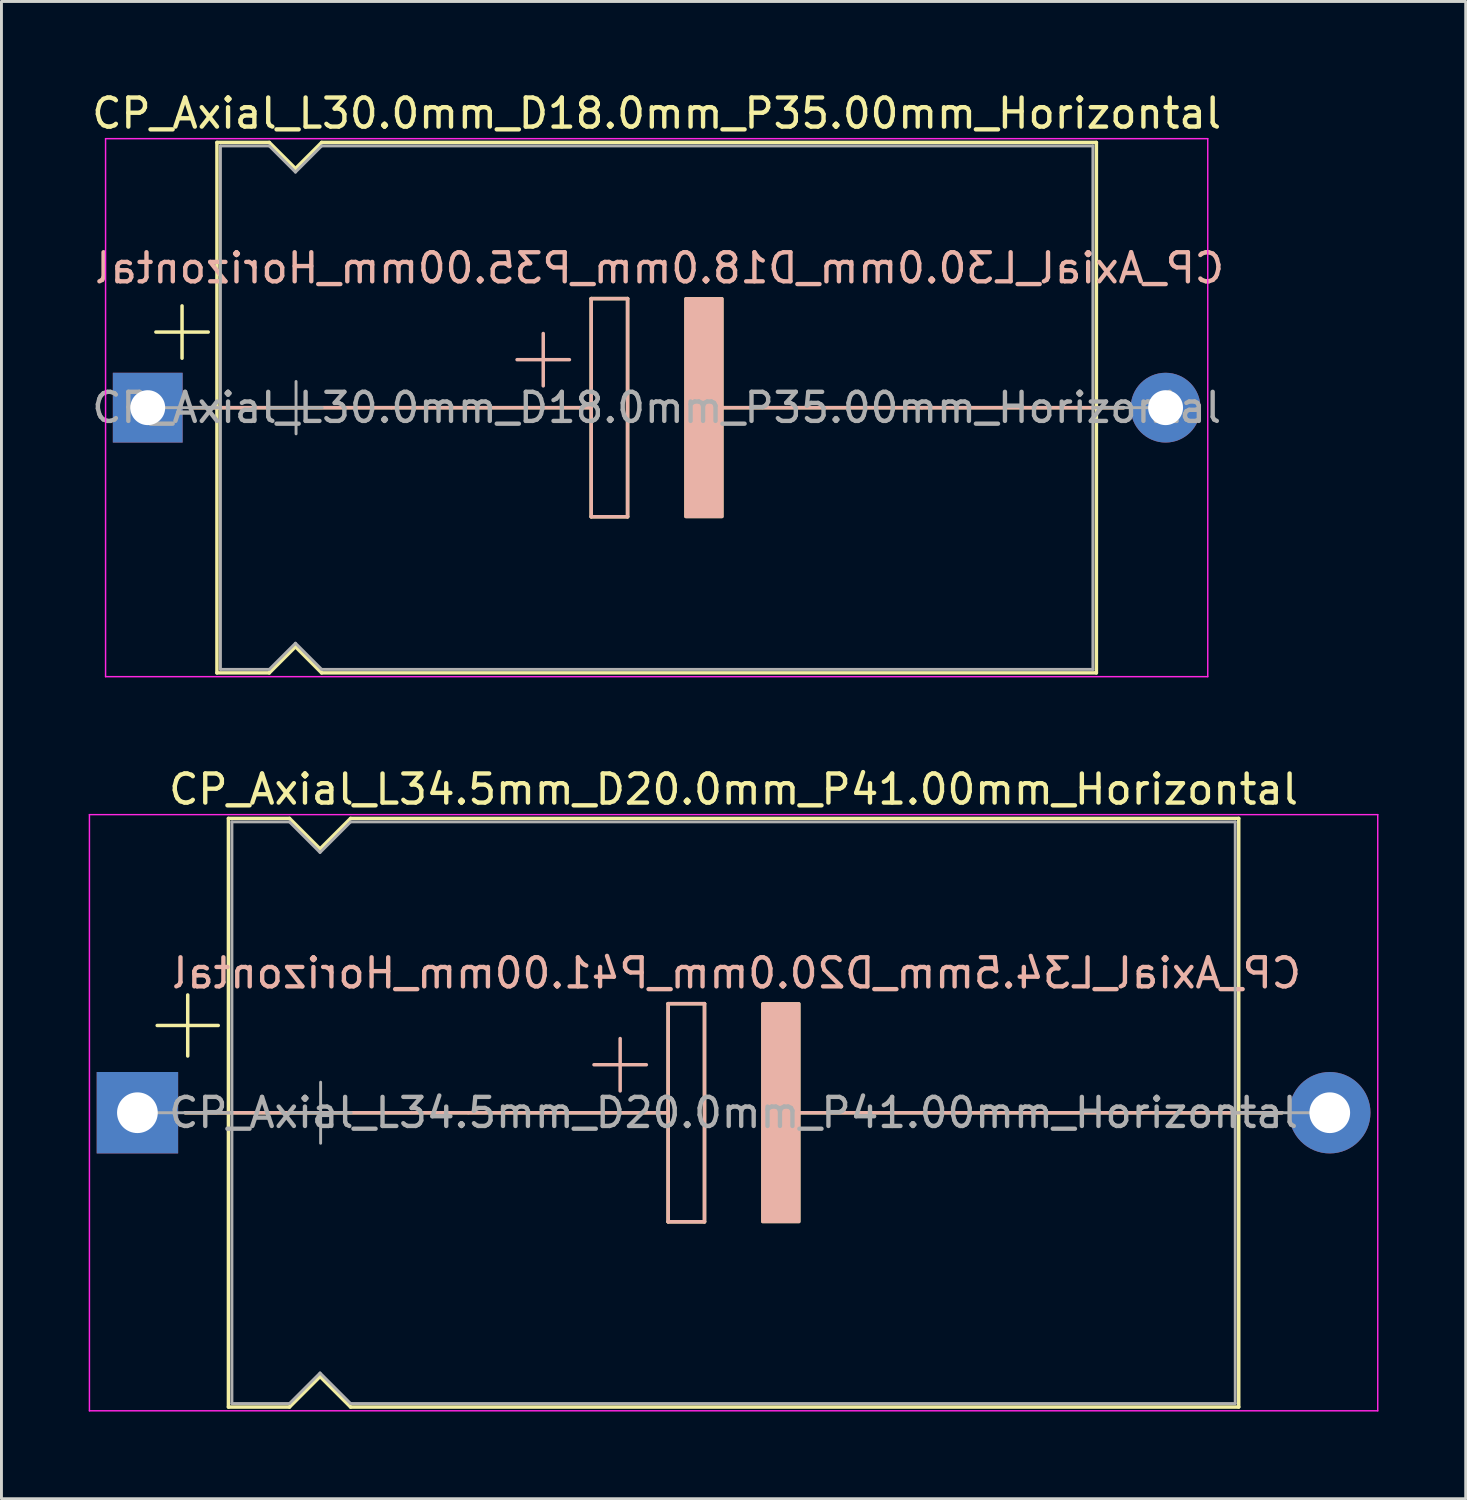
<source format=kicad_pcb>
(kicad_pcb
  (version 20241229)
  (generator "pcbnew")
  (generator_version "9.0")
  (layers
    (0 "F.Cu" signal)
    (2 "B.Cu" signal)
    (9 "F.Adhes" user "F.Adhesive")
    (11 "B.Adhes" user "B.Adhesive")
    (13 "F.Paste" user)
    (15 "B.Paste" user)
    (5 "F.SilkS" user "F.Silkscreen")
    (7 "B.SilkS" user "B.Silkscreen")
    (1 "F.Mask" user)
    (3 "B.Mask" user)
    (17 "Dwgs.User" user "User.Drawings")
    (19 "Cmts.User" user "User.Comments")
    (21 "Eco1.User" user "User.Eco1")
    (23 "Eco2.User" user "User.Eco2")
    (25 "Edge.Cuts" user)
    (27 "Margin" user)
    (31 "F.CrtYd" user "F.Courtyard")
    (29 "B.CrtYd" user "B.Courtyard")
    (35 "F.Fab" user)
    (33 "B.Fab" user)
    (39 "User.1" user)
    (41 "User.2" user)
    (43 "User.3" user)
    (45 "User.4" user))
  (footprint "CP_Axial_L34.5mm_D20.0mm_P41.00mm_Horizontal"
    (layer "F.Cu")
    (at 1.675 35.212)
    (property "Reference" "CP_Axial_L34.5mm_D20.0mm_P41.00mm_Horizontal" (at 20.5 -11.12 0) (layer "F.SilkS") (effects (font (size 1 1) (thickness 0.15))))
    (fp_line (start 0.68 -3) (end 2.78 -3) (stroke (width 0.12) (type solid)) (layer "F.SilkS"))
    (fp_line (start 1.64 0) (end 3.13 0) (stroke (width 0.12) (type solid)) (layer "F.SilkS"))
    (fp_line (start 1.73 -4.05) (end 1.73 -1.95) (stroke (width 0.12) (type solid)) (layer "F.SilkS"))
    (fp_line (start 3.111 0) (end 18.25 0) (stroke (width 0.12) (type solid)) (layer "F.SilkS"))
    (fp_line (start 3.13 -10.12) (end 3.13 10.12) (stroke (width 0.12) (type solid)) (layer "F.SilkS"))
    (fp_line (start 3.13 -10.12) (end 5.23 -10.12) (stroke (width 0.12) (type solid)) (layer "F.SilkS"))
    (fp_line (start 3.13 10.12) (end 5.23 10.12) (stroke (width 0.12) (type solid)) (layer "F.SilkS"))
    (fp_line (start 5.23 -10.12) (end 6.28 -9.07) (stroke (width 0.12) (type solid)) (layer "F.SilkS"))
    (fp_line (start 5.23 10.12) (end 6.28 9.07) (stroke (width 0.12) (type solid)) (layer "F.SilkS"))
    (fp_line (start 6.28 -9.07) (end 7.33 -10.12) (stroke (width 0.12) (type solid)) (layer "F.SilkS"))
    (fp_line (start 6.28 9.07) (end 7.33 10.12) (stroke (width 0.12) (type solid)) (layer "F.SilkS"))
    (fp_line (start 7.33 -10.12) (end 37.87 -10.12) (stroke (width 0.12) (type solid)) (layer "F.SilkS"))
    (fp_line (start 7.33 10.12) (end 37.87 10.12) (stroke (width 0.12) (type solid)) (layer "F.SilkS"))
    (fp_line (start 18.25 -3.75) (end 19.5 -3.75) (stroke (width 0.12) (type solid)) (layer "F.SilkS"))
    (fp_line (start 18.25 0) (end 18.25 -3.75) (stroke (width 0.12) (type solid)) (layer "F.SilkS"))
    (fp_line (start 18.25 3.75) (end 18.25 0) (stroke (width 0.12) (type solid)) (layer "F.SilkS"))
    (fp_line (start 19.5 -3.75) (end 19.5 3.75) (stroke (width 0.12) (type solid)) (layer "F.SilkS"))
    (fp_line (start 19.5 3.75) (end 18.25 3.75) (stroke (width 0.12) (type solid)) (layer "F.SilkS"))
    (fp_line (start 22.75 0) (end 37.87 0) (stroke (width 0.12) (type solid)) (layer "F.SilkS"))
    (fp_line (start 37.87 -10.12) (end 37.87 10.12) (stroke (width 0.12) (type solid)) (layer "F.SilkS"))
    (fp_line (start 39.36 0) (end 37.87 0) (stroke (width 0.12) (type solid)) (layer "F.SilkS"))
    (fp_poly (pts (xy 22.75 3.75) (xy 21.5 3.75) (xy 21.5 -3.75) (xy 22.75 -3.75)) (stroke (width 0.1) (type solid)) (fill yes) (layer "F.SilkS"))
    (fp_line (start 1.65 0) (end 11.38 0) (stroke (width 0.12) (type solid)) (layer "B.SilkS"))
    (fp_line (start 11.38 0) (end 18.25 0) (stroke (width 0.12) (type solid)) (layer "B.SilkS"))
    (fp_line (start 16.6 -2.55) (end 16.6 -0.75) (stroke (width 0.12) (type solid)) (layer "B.SilkS"))
    (fp_line (start 17.5 -1.65) (end 15.7 -1.65) (stroke (width 0.12) (type solid)) (layer "B.SilkS"))
    (fp_line (start 18.25 -3.75) (end 19.5 -3.75) (stroke (width 0.12) (type solid)) (layer "B.SilkS"))
    (fp_line (start 18.25 0) (end 18.25 -3.75) (stroke (width 0.12) (type solid)) (layer "B.SilkS"))
    (fp_line (start 18.25 3.75) (end 18.25 0) (stroke (width 0.12) (type solid)) (layer "B.SilkS"))
    (fp_line (start 19.5 -3.75) (end 19.5 3.75) (stroke (width 0.12) (type solid)) (layer "B.SilkS"))
    (fp_line (start 19.5 3.75) (end 18.25 3.75) (stroke (width 0.12) (type solid)) (layer "B.SilkS"))
    (fp_line (start 22.75 0) (end 29.62 0) (stroke (width 0.12) (type solid)) (layer "B.SilkS"))
    (fp_line (start 39.35 0) (end 29.62 0) (stroke (width 0.12) (type solid)) (layer "B.SilkS"))
    (fp_poly (pts (xy 22.75 3.75) (xy 21.5 3.75) (xy 21.5 -3.75) (xy 22.75 -3.75)) (stroke (width 0.1) (type solid)) (fill yes) (layer "B.SilkS"))
    (fp_line (start -1.65 -10.25) (end -1.65 10.25) (stroke (width 0.05) (type solid)) (layer "F.CrtYd"))
    (fp_line (start -1.65 10.25) (end 42.65 10.25) (stroke (width 0.05) (type solid)) (layer "F.CrtYd"))
    (fp_line (start 42.65 -10.25) (end -1.65 -10.25) (stroke (width 0.05) (type solid)) (layer "F.CrtYd"))
    (fp_line (start 42.65 10.25) (end 42.65 -10.25) (stroke (width 0.05) (type solid)) (layer "F.CrtYd"))
    (fp_line (start 0 0) (end 3.25 0) (stroke (width 0.1) (type solid)) (layer "F.Fab"))
    (fp_line (start 3.25 -10) (end 3.25 10) (stroke (width 0.1) (type solid)) (layer "F.Fab"))
    (fp_line (start 3.25 -10) (end 5.23 -10) (stroke (width 0.1) (type solid)) (layer "F.Fab"))
    (fp_line (start 3.25 10) (end 5.23 10) (stroke (width 0.1) (type solid)) (layer "F.Fab"))
    (fp_line (start 5.23 -10) (end 6.28 -8.95) (stroke (width 0.1) (type solid)) (layer "F.Fab"))
    (fp_line (start 5.23 10) (end 6.28 8.95) (stroke (width 0.1) (type solid)) (layer "F.Fab"))
    (fp_line (start 5.25 0) (end 7.35 0) (stroke (width 0.1) (type solid)) (layer "F.Fab"))
    (fp_line (start 6.28 -8.95) (end 7.33 -10) (stroke (width 0.1) (type solid)) (layer "F.Fab"))
    (fp_line (start 6.28 8.95) (end 7.33 10) (stroke (width 0.1) (type solid)) (layer "F.Fab"))
    (fp_line (start 6.3 -1.05) (end 6.3 1.05) (stroke (width 0.1) (type solid)) (layer "F.Fab"))
    (fp_line (start 7.33 -10) (end 37.75 -10) (stroke (width 0.1) (type solid)) (layer "F.Fab"))
    (fp_line (start 7.33 10) (end 37.75 10) (stroke (width 0.1) (type solid)) (layer "F.Fab"))
    (fp_line (start 37.75 -10) (end 37.75 10) (stroke (width 0.1) (type solid)) (layer "F.Fab"))
    (fp_line (start 41 0) (end 37.75 0) (stroke (width 0.1) (type solid)) (layer "F.Fab"))
    (fp_text user "${REFERENCE}" (at 20.6 -4.8 0) (layer "B.SilkS") (effects (font (size 1 1) (thickness 0.15)) (justify mirror)))
    (fp_text user "${REFERENCE}" (at 20.5 0 0) (layer "F.Fab") (effects (font (size 1 1) (thickness 0.15))))
    (pad "1" thru_hole rect (at 0 0) (size 2.8 2.8) (drill 1.4) (layers "*.Cu" "*.Mask"))
    (pad "2" thru_hole oval (at 41 0) (size 2.8 2.8) (drill 1.4) (layers "*.Cu" "*.Mask")))
  (footprint "CP_Axial_L30.0mm_D18.0mm_P35.00mm_Horizontal"
    (layer "F.Cu")
    (at 2.03 10.968)
    (property "Reference" "CP_Axial_L30.0mm_D18.0mm_P35.00mm_Horizontal" (at 17.5 -10.12 0) (layer "F.SilkS") (effects (font (size 1 1) (thickness 0.15))))
    (fp_line (start 0.28 -2.6) (end 2.08 -2.6) (stroke (width 0.12) (type solid)) (layer "F.SilkS"))
    (fp_line (start 1.18 -3.5) (end 1.18 -1.7) (stroke (width 0.12) (type solid)) (layer "F.SilkS"))
    (fp_line (start 1.44 0) (end 2.38 0) (stroke (width 0.12) (type solid)) (layer "F.SilkS"))
    (fp_line (start 2.38 -9.12) (end 2.38 9.12) (stroke (width 0.12) (type solid)) (layer "F.SilkS"))
    (fp_line (start 2.38 -9.12) (end 4.18 -9.12) (stroke (width 0.12) (type solid)) (layer "F.SilkS"))
    (fp_line (start 2.38 0) (end 15.25 0) (stroke (width 0.12) (type solid)) (layer "F.SilkS"))
    (fp_line (start 2.38 9.12) (end 4.18 9.12) (stroke (width 0.12) (type solid)) (layer "F.SilkS"))
    (fp_line (start 4.18 -9.12) (end 5.08 -8.22) (stroke (width 0.12) (type solid)) (layer "F.SilkS"))
    (fp_line (start 4.18 9.12) (end 5.08 8.22) (stroke (width 0.12) (type solid)) (layer "F.SilkS"))
    (fp_line (start 5.08 -8.22) (end 5.98 -9.12) (stroke (width 0.12) (type solid)) (layer "F.SilkS"))
    (fp_line (start 5.08 8.22) (end 5.98 9.12) (stroke (width 0.12) (type solid)) (layer "F.SilkS"))
    (fp_line (start 5.98 -9.12) (end 32.62 -9.12) (stroke (width 0.12) (type solid)) (layer "F.SilkS"))
    (fp_line (start 5.98 9.12) (end 32.62 9.12) (stroke (width 0.12) (type solid)) (layer "F.SilkS"))
    (fp_line (start 15.25 -3.75) (end 16.5 -3.75) (stroke (width 0.12) (type solid)) (layer "F.SilkS"))
    (fp_line (start 15.25 0) (end 15.25 -3.75) (stroke (width 0.12) (type solid)) (layer "F.SilkS"))
    (fp_line (start 15.25 3.75) (end 15.25 0) (stroke (width 0.12) (type solid)) (layer "F.SilkS"))
    (fp_line (start 16.5 -3.75) (end 16.5 3.75) (stroke (width 0.12) (type solid)) (layer "F.SilkS"))
    (fp_line (start 16.5 3.75) (end 15.25 3.75) (stroke (width 0.12) (type solid)) (layer "F.SilkS"))
    (fp_line (start 19.75 0) (end 32.62 0) (stroke (width 0.12) (type solid)) (layer "F.SilkS"))
    (fp_line (start 32.62 -9.12) (end 32.62 9.12) (stroke (width 0.12) (type solid)) (layer "F.SilkS"))
    (fp_line (start 33.56 0) (end 32.62 0) (stroke (width 0.12) (type solid)) (layer "F.SilkS"))
    (fp_poly (pts (xy 19.75 3.75) (xy 18.5 3.75) (xy 18.5 -3.75) (xy 19.75 -3.75)) (stroke (width 0.1) (type solid)) (fill yes) (layer "F.SilkS"))
    (fp_line (start 1.45 0) (end 8.38 0) (stroke (width 0.12) (type solid)) (layer "B.SilkS"))
    (fp_line (start 8.38 0) (end 15.25 0) (stroke (width 0.12) (type solid)) (layer "B.SilkS"))
    (fp_line (start 13.6 -2.55) (end 13.6 -0.75) (stroke (width 0.12) (type solid)) (layer "B.SilkS"))
    (fp_line (start 14.5 -1.65) (end 12.7 -1.65) (stroke (width 0.12) (type solid)) (layer "B.SilkS"))
    (fp_line (start 15.25 -3.75) (end 16.5 -3.75) (stroke (width 0.12) (type solid)) (layer "B.SilkS"))
    (fp_line (start 15.25 0) (end 15.25 -3.75) (stroke (width 0.12) (type solid)) (layer "B.SilkS"))
    (fp_line (start 15.25 3.75) (end 15.25 0) (stroke (width 0.12) (type solid)) (layer "B.SilkS"))
    (fp_line (start 16.5 -3.75) (end 16.5 3.75) (stroke (width 0.12) (type solid)) (layer "B.SilkS"))
    (fp_line (start 16.5 3.75) (end 15.25 3.75) (stroke (width 0.12) (type solid)) (layer "B.SilkS"))
    (fp_line (start 19.75 0) (end 26.62 0) (stroke (width 0.12) (type solid)) (layer "B.SilkS"))
    (fp_line (start 33.55 0) (end 26.62 0) (stroke (width 0.12) (type solid)) (layer "B.SilkS"))
    (fp_poly (pts (xy 19.75 3.75) (xy 18.5 3.75) (xy 18.5 -3.75) (xy 19.75 -3.75)) (stroke (width 0.1) (type solid)) (fill yes) (layer "B.SilkS"))
    (fp_line (start -1.45 -9.25) (end -1.45 9.25) (stroke (width 0.05) (type solid)) (layer "F.CrtYd"))
    (fp_line (start -1.45 9.25) (end 36.45 9.25) (stroke (width 0.05) (type solid)) (layer "F.CrtYd"))
    (fp_line (start 36.45 -9.25) (end -1.45 -9.25) (stroke (width 0.05) (type solid)) (layer "F.CrtYd"))
    (fp_line (start 36.45 9.25) (end 36.45 -9.25) (stroke (width 0.05) (type solid)) (layer "F.CrtYd"))
    (fp_line (start 0 0) (end 2.5 0) (stroke (width 0.1) (type solid)) (layer "F.Fab"))
    (fp_line (start 2.5 -9) (end 2.5 9) (stroke (width 0.1) (type solid)) (layer "F.Fab"))
    (fp_line (start 2.5 -9) (end 4.18 -9) (stroke (width 0.1) (type solid)) (layer "F.Fab"))
    (fp_line (start 2.5 9) (end 4.18 9) (stroke (width 0.1) (type solid)) (layer "F.Fab"))
    (fp_line (start 4.18 -9) (end 5.08 -8.1) (stroke (width 0.1) (type solid)) (layer "F.Fab"))
    (fp_line (start 4.18 9) (end 5.08 8.1) (stroke (width 0.1) (type solid)) (layer "F.Fab"))
    (fp_line (start 4.2 0) (end 6 0) (stroke (width 0.1) (type solid)) (layer "F.Fab"))
    (fp_line (start 5.08 -8.1) (end 5.98 -9) (stroke (width 0.1) (type solid)) (layer "F.Fab"))
    (fp_line (start 5.08 8.1) (end 5.98 9) (stroke (width 0.1) (type solid)) (layer "F.Fab"))
    (fp_line (start 5.1 -0.9) (end 5.1 0.9) (stroke (width 0.1) (type solid)) (layer "F.Fab"))
    (fp_line (start 5.98 -9) (end 32.5 -9) (stroke (width 0.1) (type solid)) (layer "F.Fab"))
    (fp_line (start 5.98 9) (end 32.5 9) (stroke (width 0.1) (type solid)) (layer "F.Fab"))
    (fp_line (start 32.5 -9) (end 32.5 9) (stroke (width 0.1) (type solid)) (layer "F.Fab"))
    (fp_line (start 35 0) (end 32.5 0) (stroke (width 0.1) (type solid)) (layer "F.Fab"))
    (fp_text user "${REFERENCE}" (at 17.6 -4.8 0) (layer "B.SilkS") (effects (font (size 1 1) (thickness 0.15)) (justify mirror)))
    (fp_text user "${REFERENCE}" (at 17.5 0 0) (layer "F.Fab") (effects (font (size 1 1) (thickness 0.15))))
    (pad "1" thru_hole rect (at 0 0) (size 2.4 2.4) (drill 1.2) (layers "*.Cu" "*.Mask"))
    (pad "2" thru_hole oval (at 35 0) (size 2.4 2.4) (drill 1.2) (layers "*.Cu" "*.Mask")))
  (gr_rect
    (start -3 -3)
    (end 47.35 48.486)
    (stroke (width 0.1) (type default))
    (fill no)
    (layer "Edge.Cuts")))
</source>
